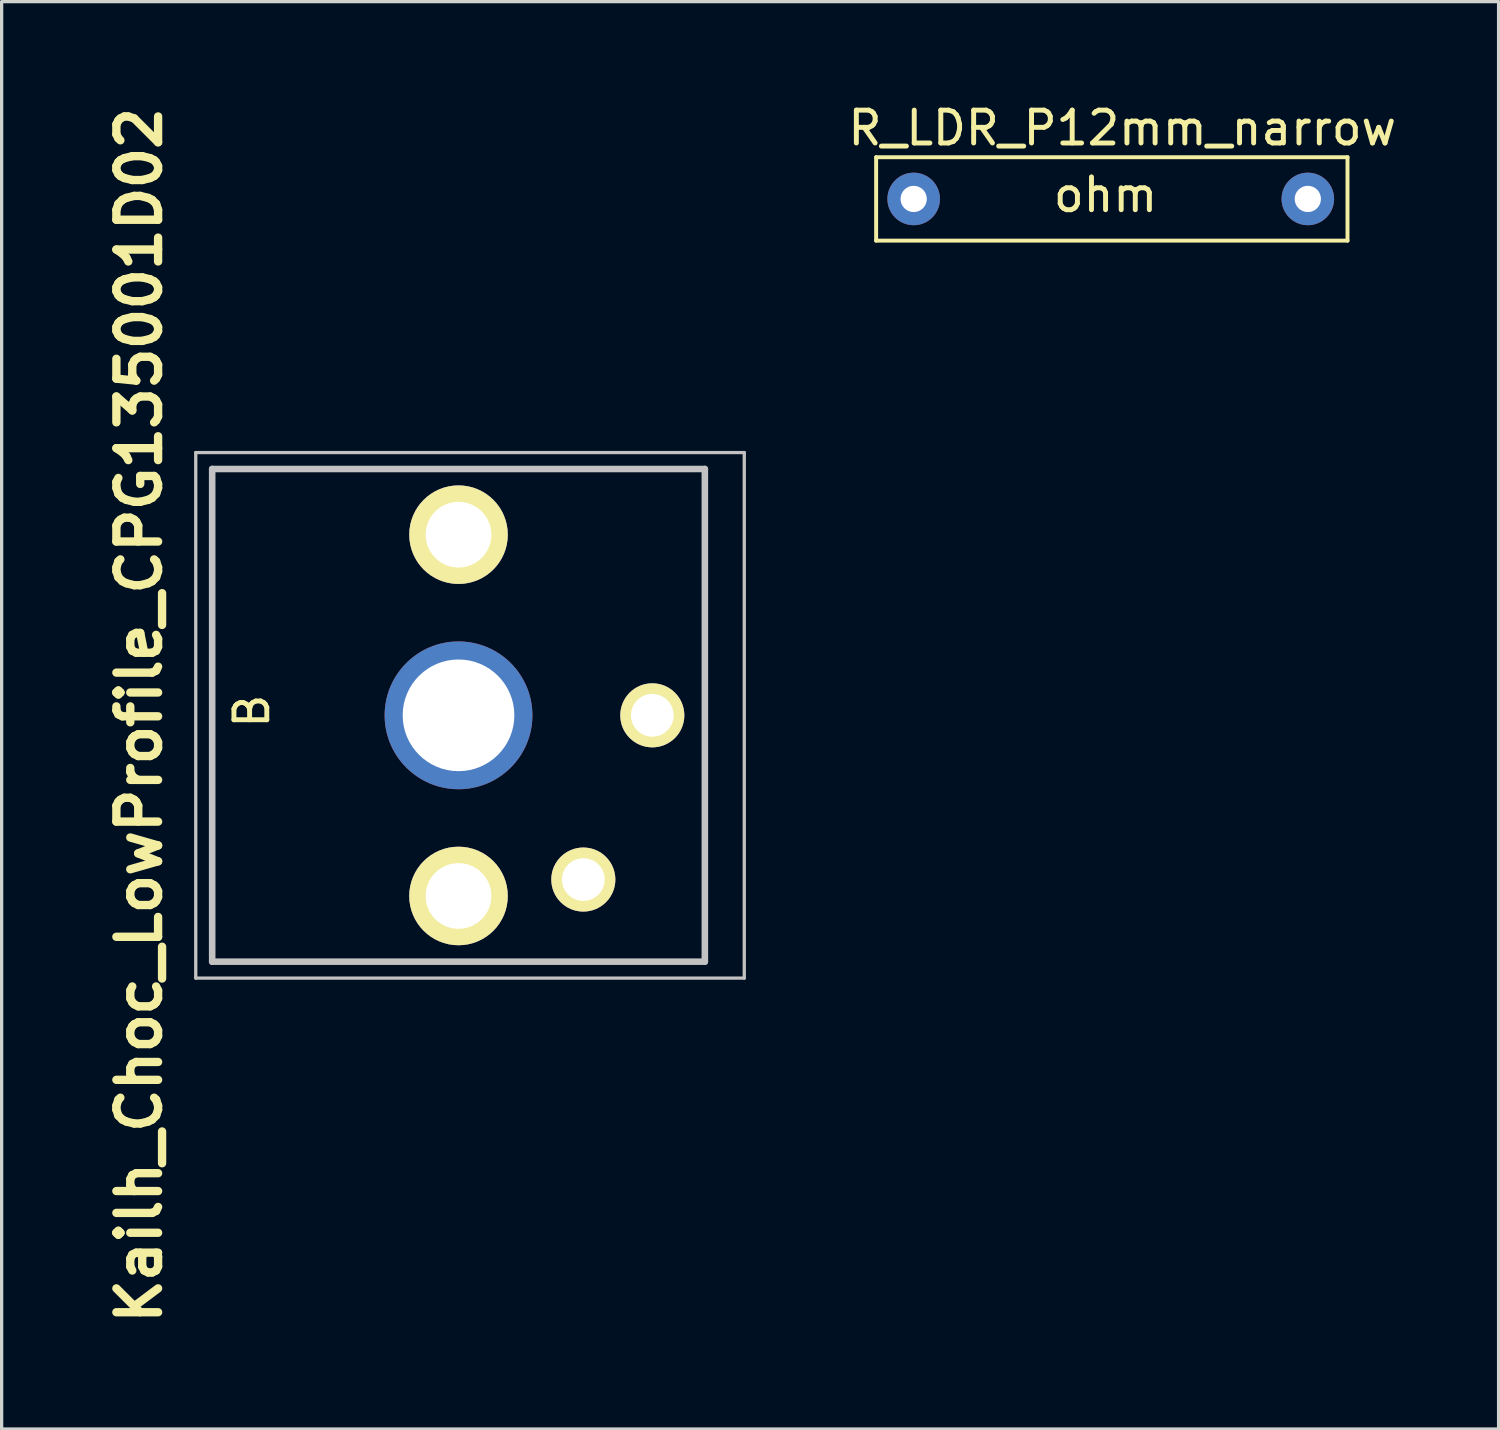
<source format=kicad_pcb>
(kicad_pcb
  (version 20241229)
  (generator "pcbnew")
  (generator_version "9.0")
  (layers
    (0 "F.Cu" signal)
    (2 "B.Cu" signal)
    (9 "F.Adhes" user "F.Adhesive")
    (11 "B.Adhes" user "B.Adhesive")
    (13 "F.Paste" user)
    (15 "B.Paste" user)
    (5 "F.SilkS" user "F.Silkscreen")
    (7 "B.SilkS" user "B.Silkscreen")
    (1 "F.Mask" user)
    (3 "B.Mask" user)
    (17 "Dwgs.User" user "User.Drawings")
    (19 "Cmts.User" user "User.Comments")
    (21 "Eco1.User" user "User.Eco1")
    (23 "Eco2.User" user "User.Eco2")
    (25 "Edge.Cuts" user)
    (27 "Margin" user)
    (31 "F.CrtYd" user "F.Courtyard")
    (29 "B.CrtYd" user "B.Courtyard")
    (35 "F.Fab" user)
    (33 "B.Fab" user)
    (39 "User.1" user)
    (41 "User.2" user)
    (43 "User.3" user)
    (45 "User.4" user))
  (footprint "Kailh_Choc_LowProfile_CPG135001D02"
    (layer "F.Cu")
    (at 16.81 18.729)
    (property "Reference" "Kailh_Choc_LowProfile_CPG135001D02" (at -15.621 0 90) (layer "F.SilkS") (effects (font (size 1.27 1.27) (thickness 0.254))))
    (attr through_hole)
    (fp_line (start -13.4 -7.5) (end -13.4 7.5) (stroke (width 0.1) (type solid)) (layer "F.SilkS"))
    (fp_line (start -13.4 7.5) (end 1.6 7.5) (stroke (width 0.1) (type solid)) (layer "F.SilkS"))
    (fp_line (start 1.6 -7.5) (end -13.4 -7.5) (stroke (width 0.1) (type solid)) (layer "F.SilkS"))
    (fp_line (start 1.6 7.5) (end 1.6 -7.5) (stroke (width 0.1) (type solid)) (layer "F.SilkS"))
    (fp_line (start -13.9 -8) (end -13.9 8) (stroke (width 0.1) (type solid)) (layer "Dwgs.User"))
    (fp_line (start -13.9 8) (end 2.8 8) (stroke (width 0.1) (type solid)) (layer "Dwgs.User"))
    (fp_line (start -13.4 -7.5) (end -13.4 7.5) (stroke (width 0.2) (type solid)) (layer "Dwgs.User"))
    (fp_line (start -13.4 7.5) (end 1.6 7.5) (stroke (width 0.2) (type solid)) (layer "Dwgs.User"))
    (fp_line (start 1.6 -7.5) (end -13.4 -7.5) (stroke (width 0.2) (type solid)) (layer "Dwgs.User"))
    (fp_line (start 1.6 7.5) (end 1.6 -7.5) (stroke (width 0.2) (type solid)) (layer "Dwgs.User"))
    (fp_line (start 2.8 -8) (end -13.9 -8) (stroke (width 0.1) (type solid)) (layer "Dwgs.User"))
    (fp_line (start 2.8 8) (end 2.8 -8) (stroke (width 0.1) (type solid)) (layer "Dwgs.User"))
    (fp_text user "B" (at -12.192 -0.127 90) (layer "F.SilkS") (effects (font (size 1 1) (thickness 0.15))))
    (pad "1" thru_hole circle (at 0 0 90) (size 1.95 1.95) (drill 1.3) (layers "*.Cu" "*.Mask" "F.SilkS"))
    (pad "2" thru_hole circle (at -2.1 5 90) (size 1.95 1.95) (drill 1.3) (layers "*.Cu" "*.Mask" "F.SilkS"))
    (pad "MH1" thru_hole circle (at -5.9 0 90) (size 4.5 4.5) (drill 3.4) (layers "*.Cu" "*.Mask"))
    (pad "MH2" thru_hole circle (at -5.9 -5.5 90) (size 3 3) (drill 2) (layers "*.Cu" "*.Mask" "F.SilkS"))
    (pad "MH3" thru_hole circle (at -5.9 5.5 90) (size 3 3) (drill 2) (layers "*.Cu" "*.Mask" "F.SilkS")))
  (footprint "R_LDR_P12mm_narrow"
    (layer "F.Cu")
    (at 24.768 3.007)
    (property "Reference" "R_LDR_P12mm_narrow" (at 6.35 -2.159 0) (layer "F.SilkS") (effects (font (size 1 1) (thickness 0.15))))
    (attr through_hole)
    (fp_line (start -1.143 -1.27) (end 13.208 -1.27) (stroke (width 0.12) (type solid)) (layer "F.SilkS"))
    (fp_line (start -1.143 1.27) (end -1.143 -1.27) (stroke (width 0.12) (type solid)) (layer "F.SilkS"))
    (fp_line (start 13.208 -1.27) (end 13.208 1.27) (stroke (width 0.12) (type solid)) (layer "F.SilkS"))
    (fp_line (start 13.208 1.27) (end -1.143 1.27) (stroke (width 0.12) (type solid)) (layer "F.SilkS"))
    (fp_text user "ohm" (at 5.842 -0.127 0) (layer "F.SilkS") (effects (font (size 1 1) (thickness 0.15))))
    (pad "1" thru_hole circle (at 0 0) (size 1.6 1.6) (drill 0.8) (layers "*.Cu" "*.Mask"))
    (pad "2" thru_hole circle (at 12 0) (size 1.6 1.6) (drill 0.8) (layers "*.Cu" "*.Mask")))
  (gr_rect
    (start -3 -3)
    (end 42.576 40.459)
    (stroke (width 0.1) (type default))
    (fill no)
    (layer "Edge.Cuts")))
</source>
